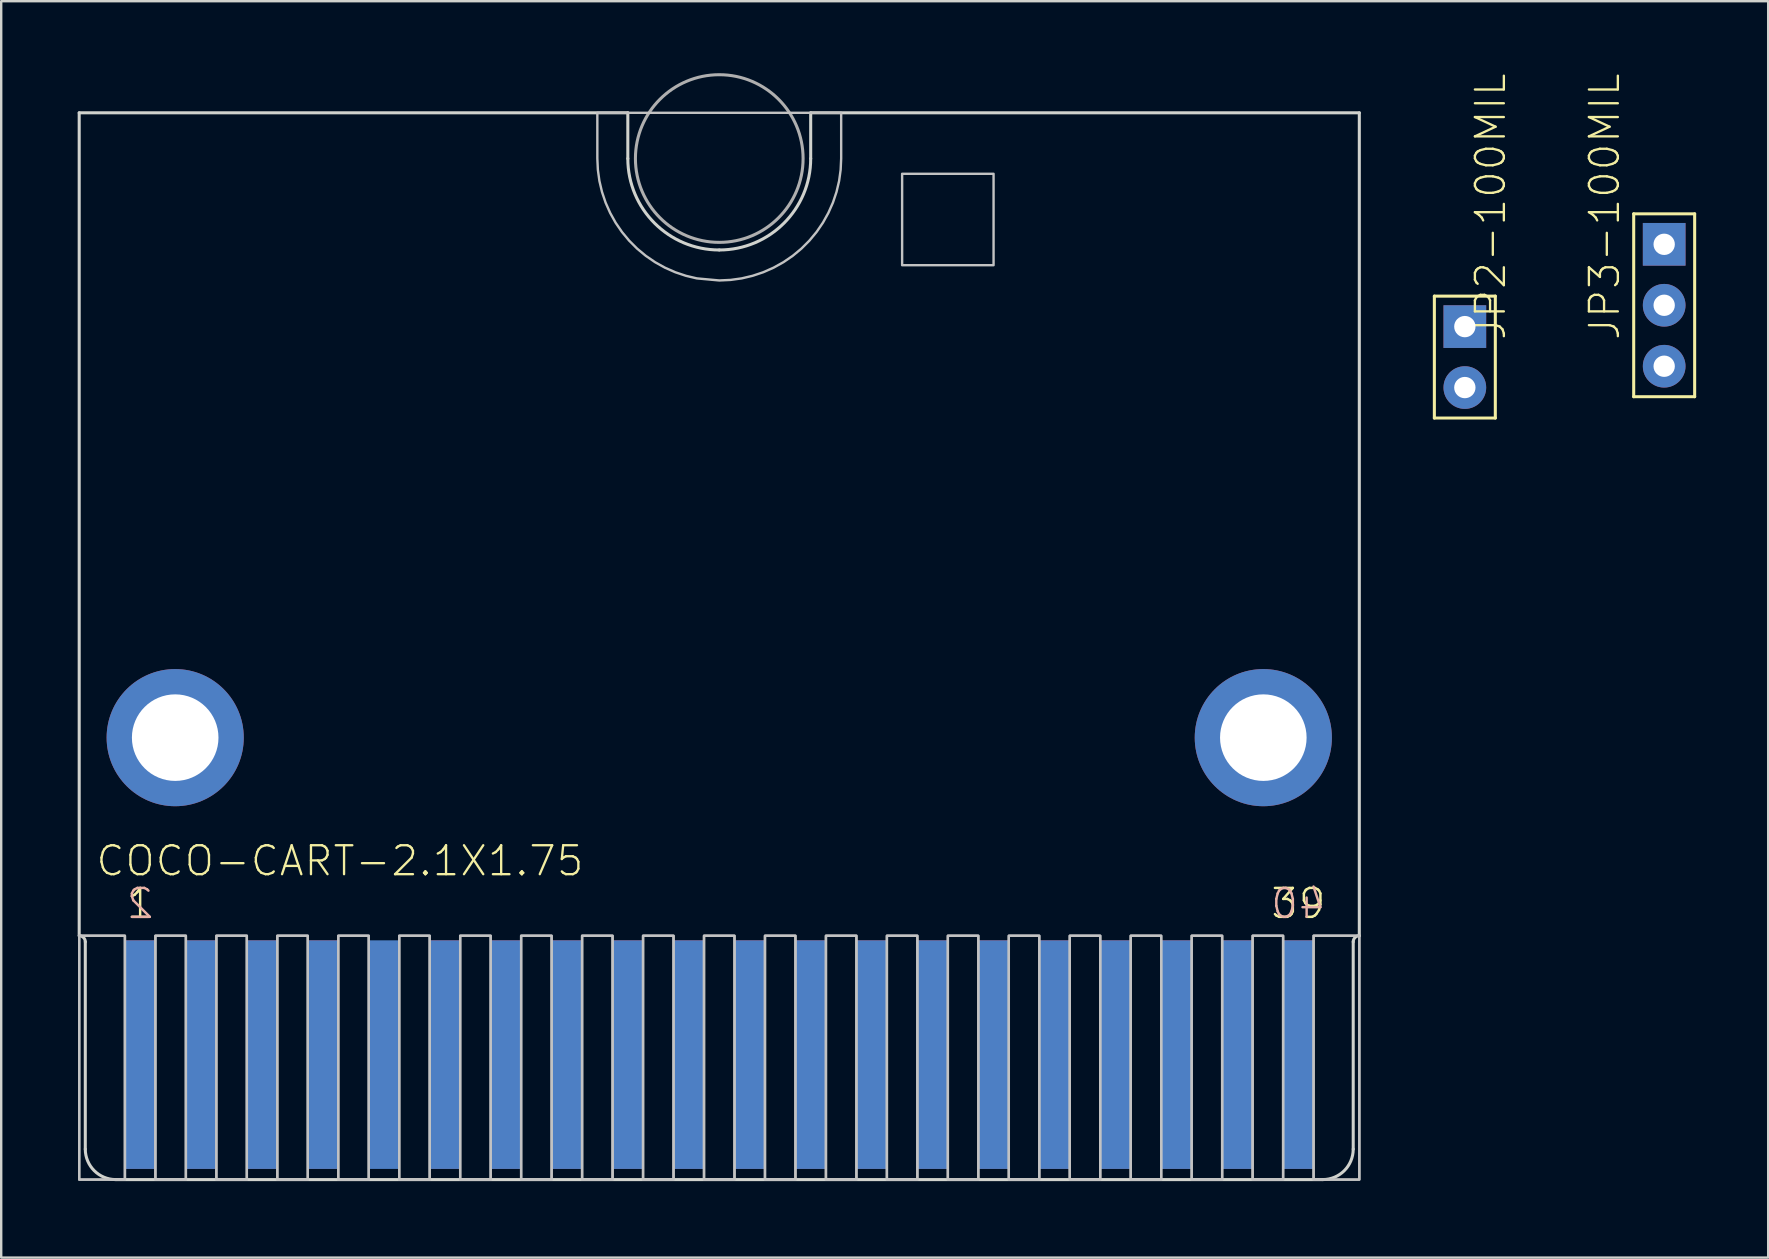
<source format=kicad_pcb>
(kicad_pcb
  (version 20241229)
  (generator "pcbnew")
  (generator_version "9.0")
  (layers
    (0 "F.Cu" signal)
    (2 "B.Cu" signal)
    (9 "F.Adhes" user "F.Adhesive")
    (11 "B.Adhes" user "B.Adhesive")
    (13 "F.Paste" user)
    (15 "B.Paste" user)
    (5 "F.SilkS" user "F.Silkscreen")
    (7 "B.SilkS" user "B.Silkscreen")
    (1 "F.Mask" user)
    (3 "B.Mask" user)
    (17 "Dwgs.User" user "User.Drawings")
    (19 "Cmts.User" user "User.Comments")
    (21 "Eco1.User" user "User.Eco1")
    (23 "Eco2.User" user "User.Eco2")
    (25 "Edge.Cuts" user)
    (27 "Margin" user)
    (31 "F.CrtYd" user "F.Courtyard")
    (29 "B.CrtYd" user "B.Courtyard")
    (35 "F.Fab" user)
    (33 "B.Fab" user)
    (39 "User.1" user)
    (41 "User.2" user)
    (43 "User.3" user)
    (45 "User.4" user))
  (footprint "JP2-100MIL"
    (layer "F.Cu")
    (at 57.987 10.559)
    (property "Reference" "JP2-100MIL" (at 1.778 0.635 270) (layer "F.SilkS") (effects (font (size 1.206 1.206) (thickness 0.097)) (justify left bottom)))
    (attr through_hole)
    (fp_line (start -1.27 -1.27) (end 1.27 -1.27) (stroke (width 0.127) (type solid)) (layer "F.SilkS"))
    (fp_line (start -1.27 3.81) (end -1.27 -1.27) (stroke (width 0.127) (type solid)) (layer "F.SilkS"))
    (fp_line (start 1.27 -1.27) (end 1.27 3.81) (stroke (width 0.127) (type solid)) (layer "F.SilkS"))
    (fp_line (start 1.27 3.81) (end -1.27 3.81) (stroke (width 0.127) (type solid)) (layer "F.SilkS"))
    (pad "1" thru_hole rect (at 0 0) (size 1.778 1.778) (drill 0.889) (layers "*.Cu" "*.Mask"))
    (pad "2" thru_hole circle (at 0 2.54) (size 1.778 1.778) (drill 0.889) (layers "*.Cu" "*.Mask")))
  (footprint "COCO-CART-2.1X1.75"
    (layer "F.Cu")
    (at 0.25 46.101)
    (property "Reference" "COCO-CART-2.1X1.75" (at 0.635 -12.573 0) (layer "F.SilkS") (effects (font (size 1.206 1.206) (thickness 0.097)) (justify left bottom)))
    (attr through_hole)
    (fp_poly (pts (xy 0 0) (xy 53.34 0) (xy 53.34 -10.16) (xy 0 -10.16)) (stroke (width 0) (type solid)) (fill yes) (layer "F.Mask"))
    (fp_poly (pts (xy 0 0) (xy 53.34 0) (xy 53.34 -10.16) (xy 0 -10.16)) (stroke (width 0) (type solid)) (fill yes) (layer "B.Mask"))
    (fp_poly (pts (xy 0 0) (xy 1.905 0) (xy 1.905 -10.16) (xy 0 -10.16)) (stroke (width 0.1) (type solid)) (fill no) (layer "Dwgs.User"))
    (fp_poly (pts (xy 0 0) (xy 1.905 0) (xy 1.905 -10.16) (xy 0 -10.16)) (stroke (width 0.1) (type solid)) (fill no) (layer "Dwgs.User"))
    (fp_poly (pts (xy 3.175 0) (xy 4.445 0) (xy 4.445 -10.16) (xy 3.175 -10.16)) (stroke (width 0.1) (type solid)) (fill no) (layer "Dwgs.User"))
    (fp_poly (pts (xy 3.175 0) (xy 4.445 0) (xy 4.445 -10.16) (xy 3.175 -10.16)) (stroke (width 0.1) (type solid)) (fill no) (layer "Dwgs.User"))
    (fp_poly (pts (xy 5.715 0) (xy 6.985 0) (xy 6.985 -10.16) (xy 5.715 -10.16)) (stroke (width 0.1) (type solid)) (fill no) (layer "Dwgs.User"))
    (fp_poly (pts (xy 5.715 0) (xy 6.985 0) (xy 6.985 -10.16) (xy 5.715 -10.16)) (stroke (width 0.1) (type solid)) (fill no) (layer "Dwgs.User"))
    (fp_poly (pts (xy 8.255 0) (xy 9.525 0) (xy 9.525 -10.16) (xy 8.255 -10.16)) (stroke (width 0.1) (type solid)) (fill no) (layer "Dwgs.User"))
    (fp_poly (pts (xy 8.255 0) (xy 9.525 0) (xy 9.525 -10.16) (xy 8.255 -10.16)) (stroke (width 0.1) (type solid)) (fill no) (layer "Dwgs.User"))
    (fp_poly (pts (xy 10.795 0) (xy 12.065 0) (xy 12.065 -10.16) (xy 10.795 -10.16)) (stroke (width 0.1) (type solid)) (fill no) (layer "Dwgs.User"))
    (fp_poly (pts (xy 10.795 0) (xy 12.065 0) (xy 12.065 -10.16) (xy 10.795 -10.16)) (stroke (width 0.1) (type solid)) (fill no) (layer "Dwgs.User"))
    (fp_poly (pts (xy 13.335 0) (xy 14.605 0) (xy 14.605 -10.16) (xy 13.335 -10.16)) (stroke (width 0.1) (type solid)) (fill no) (layer "Dwgs.User"))
    (fp_poly (pts (xy 13.335 0) (xy 14.605 0) (xy 14.605 -10.16) (xy 13.335 -10.16)) (stroke (width 0.1) (type solid)) (fill no) (layer "Dwgs.User"))
    (fp_poly (pts (xy 15.875 0) (xy 17.145 0) (xy 17.145 -10.16) (xy 15.875 -10.16)) (stroke (width 0.1) (type solid)) (fill no) (layer "Dwgs.User"))
    (fp_poly (pts (xy 15.875 0) (xy 17.145 0) (xy 17.145 -10.16) (xy 15.875 -10.16)) (stroke (width 0.1) (type solid)) (fill no) (layer "Dwgs.User"))
    (fp_poly (pts (xy 18.415 0) (xy 19.685 0) (xy 19.685 -10.16) (xy 18.415 -10.16)) (stroke (width 0.1) (type solid)) (fill no) (layer "Dwgs.User"))
    (fp_poly (pts (xy 18.415 0) (xy 19.685 0) (xy 19.685 -10.16) (xy 18.415 -10.16)) (stroke (width 0.1) (type solid)) (fill no) (layer "Dwgs.User"))
    (fp_poly (pts (xy 20.955 0) (xy 22.225 0) (xy 22.225 -10.16) (xy 20.955 -10.16)) (stroke (width 0.1) (type solid)) (fill no) (layer "Dwgs.User"))
    (fp_poly (pts (xy 20.955 0) (xy 22.225 0) (xy 22.225 -10.16) (xy 20.955 -10.16)) (stroke (width 0.1) (type solid)) (fill no) (layer "Dwgs.User"))
    (fp_poly (pts (xy 23.495 0) (xy 24.765 0) (xy 24.765 -10.16) (xy 23.495 -10.16)) (stroke (width 0.1) (type solid)) (fill no) (layer "Dwgs.User"))
    (fp_poly (pts (xy 23.495 0) (xy 24.765 0) (xy 24.765 -10.16) (xy 23.495 -10.16)) (stroke (width 0.1) (type solid)) (fill no) (layer "Dwgs.User"))
    (fp_poly (pts (xy 26.035 0) (xy 27.305 0) (xy 27.305 -10.16) (xy 26.035 -10.16)) (stroke (width 0.1) (type solid)) (fill no) (layer "Dwgs.User"))
    (fp_poly (pts (xy 26.035 0) (xy 27.305 0) (xy 27.305 -10.16) (xy 26.035 -10.16)) (stroke (width 0.1) (type solid)) (fill no) (layer "Dwgs.User"))
    (fp_poly (pts (xy 28.575 0) (xy 29.845 0) (xy 29.845 -10.16) (xy 28.575 -10.16)) (stroke (width 0.1) (type solid)) (fill no) (layer "Dwgs.User"))
    (fp_poly (pts (xy 28.575 0) (xy 29.845 0) (xy 29.845 -10.16) (xy 28.575 -10.16)) (stroke (width 0.1) (type solid)) (fill no) (layer "Dwgs.User"))
    (fp_poly (pts (xy 31.115 0) (xy 32.385 0) (xy 32.385 -10.16) (xy 31.115 -10.16)) (stroke (width 0.1) (type solid)) (fill no) (layer "Dwgs.User"))
    (fp_poly (pts (xy 31.115 0) (xy 32.385 0) (xy 32.385 -10.16) (xy 31.115 -10.16)) (stroke (width 0.1) (type solid)) (fill no) (layer "Dwgs.User"))
    (fp_poly (pts (xy 33.655 0) (xy 34.925 0) (xy 34.925 -10.16) (xy 33.655 -10.16)) (stroke (width 0.1) (type solid)) (fill no) (layer "Dwgs.User"))
    (fp_poly (pts (xy 33.655 0) (xy 34.925 0) (xy 34.925 -10.16) (xy 33.655 -10.16)) (stroke (width 0.1) (type solid)) (fill no) (layer "Dwgs.User"))
    (fp_poly (pts (xy 34.29 -38.1) (xy 38.1 -38.1) (xy 38.1 -41.91) (xy 34.29 -41.91)) (stroke (width 0.1) (type solid)) (fill no) (layer "Dwgs.User"))
    (fp_poly (pts (xy 36.195 0) (xy 37.465 0) (xy 37.465 -10.16) (xy 36.195 -10.16)) (stroke (width 0.1) (type solid)) (fill no) (layer "Dwgs.User"))
    (fp_poly (pts (xy 36.195 0) (xy 37.465 0) (xy 37.465 -10.16) (xy 36.195 -10.16)) (stroke (width 0.1) (type solid)) (fill no) (layer "Dwgs.User"))
    (fp_poly (pts (xy 38.735 0) (xy 40.005 0) (xy 40.005 -10.16) (xy 38.735 -10.16)) (stroke (width 0.1) (type solid)) (fill no) (layer "Dwgs.User"))
    (fp_poly (pts (xy 38.735 0) (xy 40.005 0) (xy 40.005 -10.16) (xy 38.735 -10.16)) (stroke (width 0.1) (type solid)) (fill no) (layer "Dwgs.User"))
    (fp_poly (pts (xy 41.275 0) (xy 42.545 0) (xy 42.545 -10.16) (xy 41.275 -10.16)) (stroke (width 0.1) (type solid)) (fill no) (layer "Dwgs.User"))
    (fp_poly (pts (xy 41.275 0) (xy 42.545 0) (xy 42.545 -10.16) (xy 41.275 -10.16)) (stroke (width 0.1) (type solid)) (fill no) (layer "Dwgs.User"))
    (fp_poly (pts (xy 43.815 0) (xy 45.085 0) (xy 45.085 -10.16) (xy 43.815 -10.16)) (stroke (width 0.1) (type solid)) (fill no) (layer "Dwgs.User"))
    (fp_poly (pts (xy 43.815 0) (xy 45.085 0) (xy 45.085 -10.16) (xy 43.815 -10.16)) (stroke (width 0.1) (type solid)) (fill no) (layer "Dwgs.User"))
    (fp_poly (pts (xy 46.355 0) (xy 47.625 0) (xy 47.625 -10.16) (xy 46.355 -10.16)) (stroke (width 0.1) (type solid)) (fill no) (layer "Dwgs.User"))
    (fp_poly (pts (xy 46.355 0) (xy 47.625 0) (xy 47.625 -10.16) (xy 46.355 -10.16)) (stroke (width 0.1) (type solid)) (fill no) (layer "Dwgs.User"))
    (fp_poly (pts (xy 48.895 0) (xy 50.165 0) (xy 50.165 -10.16) (xy 48.895 -10.16)) (stroke (width 0.1) (type solid)) (fill no) (layer "Dwgs.User"))
    (fp_poly (pts (xy 48.895 0) (xy 50.165 0) (xy 50.165 -10.16) (xy 48.895 -10.16)) (stroke (width 0.1) (type solid)) (fill no) (layer "Dwgs.User"))
    (fp_poly (pts (xy 51.435 0) (xy 53.34 0) (xy 53.34 -10.16) (xy 51.435 -10.16)) (stroke (width 0.1) (type solid)) (fill no) (layer "Dwgs.User"))
    (fp_poly (pts (xy 51.435 0) (xy 53.34 0) (xy 53.34 -10.16) (xy 51.435 -10.16)) (stroke (width 0.1) (type solid)) (fill no) (layer "Dwgs.User"))
    (fp_poly (pts (xy 21.59 -44.45) (xy 21.59 -42.545) (xy 21.612 -42.076) (xy 21.676 -41.612) (xy 21.784 -41.155) (xy 21.933 -40.71) (xy 22.123 -40.281) (xy 22.351 -39.871) (xy 22.616 -39.484) (xy 22.916 -39.123) (xy 23.248 -38.791) (xy 23.609 -38.491) (xy 23.996 -38.226) (xy 24.406 -37.998) (xy 24.835 -37.808) (xy 25.28 -37.659) (xy 25.737 -37.551) (xy 26.67 -37.465) (xy 27.139 -37.487) (xy 27.603 -37.551) (xy 28.06 -37.659) (xy 28.505 -37.808) (xy 28.934 -37.998) (xy 29.344 -38.226) (xy 29.731 -38.491) (xy 30.092 -38.791) (xy 30.424 -39.123) (xy 30.724 -39.484) (xy 30.989 -39.871) (xy 31.217 -40.281) (xy 31.407 -40.71) (xy 31.556 -41.155) (xy 31.664 -41.612) (xy 31.728 -42.076) (xy 31.75 -42.545) (xy 31.75 -44.45)) (stroke (width 0.1) (type solid)) (fill no) (layer "Dwgs.User"))
    (fp_line (start 0 -44.45) (end 0 -10.16) (stroke (width 0.127) (type solid)) (layer "Edge.Cuts"))
    (fp_line (start 0.254 -9.906) (end 0.254 -1.27) (stroke (width 0.127) (type solid)) (layer "Edge.Cuts"))
    (fp_line (start 1.524 0) (end 51.816 0) (stroke (width 0.127) (type solid)) (layer "Edge.Cuts"))
    (fp_line (start 22.86 -44.45) (end 0 -44.45) (stroke (width 0.127) (type solid)) (layer "Edge.Cuts"))
    (fp_line (start 22.86 -42.545) (end 22.86 -44.45) (stroke (width 0.127) (type solid)) (layer "Edge.Cuts"))
    (fp_line (start 30.48 -44.45) (end 30.48 -42.545) (stroke (width 0.127) (type solid)) (layer "Edge.Cuts"))
    (fp_line (start 53.086 -1.27) (end 53.086 -9.906) (stroke (width 0.127) (type solid)) (layer "Edge.Cuts"))
    (fp_line (start 53.34 -44.45) (end 30.48 -44.45) (stroke (width 0.127) (type solid)) (layer "Edge.Cuts"))
    (fp_line (start 53.34 -10.16) (end 53.34 -44.45) (stroke (width 0.127) (type solid)) (layer "Edge.Cuts"))
    (fp_arc (start 0 -10.16) (mid 0.179605 -10.085605) (end 0.254 -9.906) (stroke (width 0.127) (type solid)) (layer "Edge.Cuts"))
    (fp_arc (start 1.524 0) (mid 0.625974 -0.371974) (end 0.254 -1.27) (stroke (width 0.127) (type solid)) (layer "Edge.Cuts"))
    (fp_arc (start 26.67 -38.735) (mid 23.975923 -39.850923) (end 22.86 -42.545) (stroke (width 0.127) (type solid)) (layer "Edge.Cuts"))
    (fp_arc (start 30.48 -42.545) (mid 29.364077 -39.850923) (end 26.67 -38.735) (stroke (width 0.127) (type solid)) (layer "Edge.Cuts"))
    (fp_arc (start 53.086 -9.906) (mid 53.160395 -10.085605) (end 53.34 -10.16) (stroke (width 0.127) (type solid)) (layer "Edge.Cuts"))
    (fp_arc (start 53.086 -1.27) (mid 52.714026 -0.371974) (end 51.816 0) (stroke (width 0.127) (type solid)) (layer "Edge.Cuts"))
    (fp_circle (center 26.67 -42.545) (end 30.163 -42.545) (stroke (width 0.127) (type solid)) (fill no) (layer "F.Fab"))
    (fp_text user "1" (at 2.54 -10.795 0) (layer "F.SilkS") (effects (font (size 1.206 1.206) (thickness 0.102)) (justify bottom)))
    (fp_text user "39" (at 50.8 -10.795 0) (layer "F.SilkS") (effects (font (size 1.206 1.206) (thickness 0.102)) (justify bottom)))
    (fp_text user "2" (at 2.54 -10.795 0) (layer "B.SilkS") (effects (font (size 1.206 1.206) (thickness 0.102)) (justify bottom mirror)))
    (fp_text user "40" (at 50.8 -10.795 0) (layer "B.SilkS") (effects (font (size 1.206 1.206) (thickness 0.102)) (justify bottom mirror)))
    (pad "1" smd rect (at 2.54 -5.207) (size 1.27 9.525) (layers "F.Cu" "F.Mask"))
    (pad "2" smd rect (at 2.54 -5.207) (size 1.27 9.525) (layers "B.Cu" "B.Mask"))
    (pad "3" smd rect (at 5.08 -5.207) (size 1.27 9.525) (layers "F.Cu" "F.Mask"))
    (pad "4" smd rect (at 5.08 -5.207) (size 1.27 9.525) (layers "B.Cu" "B.Mask"))
    (pad "5" smd rect (at 7.62 -5.207) (size 1.27 9.525) (layers "F.Cu" "F.Mask"))
    (pad "6" smd rect (at 7.62 -5.207) (size 1.27 9.525) (layers "B.Cu" "B.Mask"))
    (pad "7" smd rect (at 10.16 -5.207) (size 1.27 9.525) (layers "F.Cu" "F.Mask"))
    (pad "8" smd rect (at 10.16 -5.207) (size 1.27 9.525) (layers "B.Cu" "B.Mask"))
    (pad "9" smd rect (at 12.7 -6.35) (size 1.27 6.985) (layers "F.Cu" "F.Mask"))
    (pad "10" smd rect (at 12.7 -5.207) (size 1.27 9.525) (layers "B.Cu" "B.Mask"))
    (pad "11" smd rect (at 15.24 -5.207) (size 1.27 9.525) (layers "F.Cu" "F.Mask"))
    (pad "12" smd rect (at 15.24 -5.207) (size 1.27 9.525) (layers "B.Cu" "B.Mask"))
    (pad "13" smd rect (at 17.78 -5.207) (size 1.27 9.525) (layers "F.Cu" "F.Mask"))
    (pad "14" smd rect (at 17.78 -5.207) (size 1.27 9.525) (layers "B.Cu" "B.Mask"))
    (pad "15" smd rect (at 20.32 -5.207) (size 1.27 9.525) (layers "F.Cu" "F.Mask"))
    (pad "16" smd rect (at 20.32 -5.207) (size 1.27 9.525) (layers "B.Cu" "B.Mask"))
    (pad "17" smd rect (at 22.86 -5.207) (size 1.27 9.525) (layers "F.Cu" "F.Mask"))
    (pad "18" smd rect (at 22.86 -5.207) (size 1.27 9.525) (layers "B.Cu" "B.Mask"))
    (pad "19" smd rect (at 25.4 -5.207) (size 1.27 9.525) (layers "F.Cu" "F.Mask"))
    (pad "20" smd rect (at 25.4 -5.207) (size 1.27 9.525) (layers "B.Cu" "B.Mask"))
    (pad "21" smd rect (at 27.94 -5.207) (size 1.27 9.525) (layers "F.Cu" "F.Mask"))
    (pad "22" smd rect (at 27.94 -5.207) (size 1.27 9.525) (layers "B.Cu" "B.Mask"))
    (pad "23" smd rect (at 30.48 -5.207) (size 1.27 9.525) (layers "F.Cu" "F.Mask"))
    (pad "24" smd rect (at 30.48 -5.207) (size 1.27 9.525) (layers "B.Cu" "B.Mask"))
    (pad "25" smd rect (at 33.02 -5.207) (size 1.27 9.525) (layers "F.Cu" "F.Mask"))
    (pad "26" smd rect (at 33.02 -5.207) (size 1.27 9.525) (layers "B.Cu" "B.Mask"))
    (pad "27" smd rect (at 35.56 -5.207) (size 1.27 9.525) (layers "F.Cu" "F.Mask"))
    (pad "28" smd rect (at 35.56 -5.207) (size 1.27 9.525) (layers "B.Cu" "B.Mask"))
    (pad "29" smd rect (at 38.1 -5.207) (size 1.27 9.525) (layers "F.Cu" "F.Mask"))
    (pad "30" smd rect (at 38.1 -5.207) (size 1.27 9.525) (layers "B.Cu" "B.Mask"))
    (pad "31" smd rect (at 40.64 -5.207) (size 1.27 9.525) (layers "F.Cu" "F.Mask"))
    (pad "32" smd rect (at 40.64 -5.207) (size 1.27 9.525) (layers "B.Cu" "B.Mask"))
    (pad "33" smd rect (at 43.18 -5.207) (size 1.27 9.525) (layers "F.Cu" "F.Mask"))
    (pad "34" smd rect (at 43.18 -5.207) (size 1.27 9.525) (layers "B.Cu" "B.Mask"))
    (pad "35" smd rect (at 45.72 -5.207) (size 1.27 9.525) (layers "F.Cu" "F.Mask"))
    (pad "36" smd rect (at 45.72 -5.207) (size 1.27 9.525) (layers "B.Cu" "B.Mask"))
    (pad "37" smd rect (at 48.26 -5.207) (size 1.27 9.525) (layers "F.Cu" "F.Mask"))
    (pad "38" smd rect (at 48.26 -5.207) (size 1.27 9.525) (layers "B.Cu" "B.Mask"))
    (pad "39" smd rect (at 50.8 -5.207) (size 1.27 9.525) (layers "F.Cu" "F.Mask"))
    (pad "40" smd rect (at 50.8 -5.207) (size 1.27 9.525) (layers "B.Cu" "B.Mask"))
    (pad "MTG1" thru_hole circle (at 4 -18.415) (size 5.715 5.715) (drill 3.607) (layers "*.Cu" "*.Mask"))
    (pad "MTG2" thru_hole circle (at 49.34 -18.415) (size 5.715 5.715) (drill 3.607) (layers "*.Cu" "*.Mask")))
  (footprint "JP3-100MIL"
    (layer "F.Cu")
    (at 66.293 7.13)
    (property "Reference" "JP3-100MIL" (at -1.778 4.064 90) (layer "F.SilkS") (effects (font (size 1.206 1.206) (thickness 0.097)) (justify left bottom)))
    (attr through_hole)
    (fp_line (start -1.27 -1.27) (end 1.27 -1.27) (stroke (width 0.127) (type solid)) (layer "F.SilkS"))
    (fp_line (start -1.27 6.35) (end -1.27 -1.27) (stroke (width 0.127) (type solid)) (layer "F.SilkS"))
    (fp_line (start 1.27 -1.27) (end 1.27 6.35) (stroke (width 0.127) (type solid)) (layer "F.SilkS"))
    (fp_line (start 1.27 6.35) (end -1.27 6.35) (stroke (width 0.127) (type solid)) (layer "F.SilkS"))
    (pad "1" thru_hole rect (at 0 0) (size 1.778 1.778) (drill 0.889) (layers "*.Cu" "*.Mask"))
    (pad "2" thru_hole circle (at 0 2.54) (size 1.778 1.778) (drill 0.889) (layers "*.Cu" "*.Mask"))
    (pad "3" thru_hole circle (at 0 5.08) (size 1.778 1.778) (drill 0.889) (layers "*.Cu" "*.Mask")))
  (gr_rect
    (start -3 -3)
    (end 70.627 49.351)
    (stroke (width 0.1) (type default))
    (fill no)
    (layer "Edge.Cuts")))
</source>
